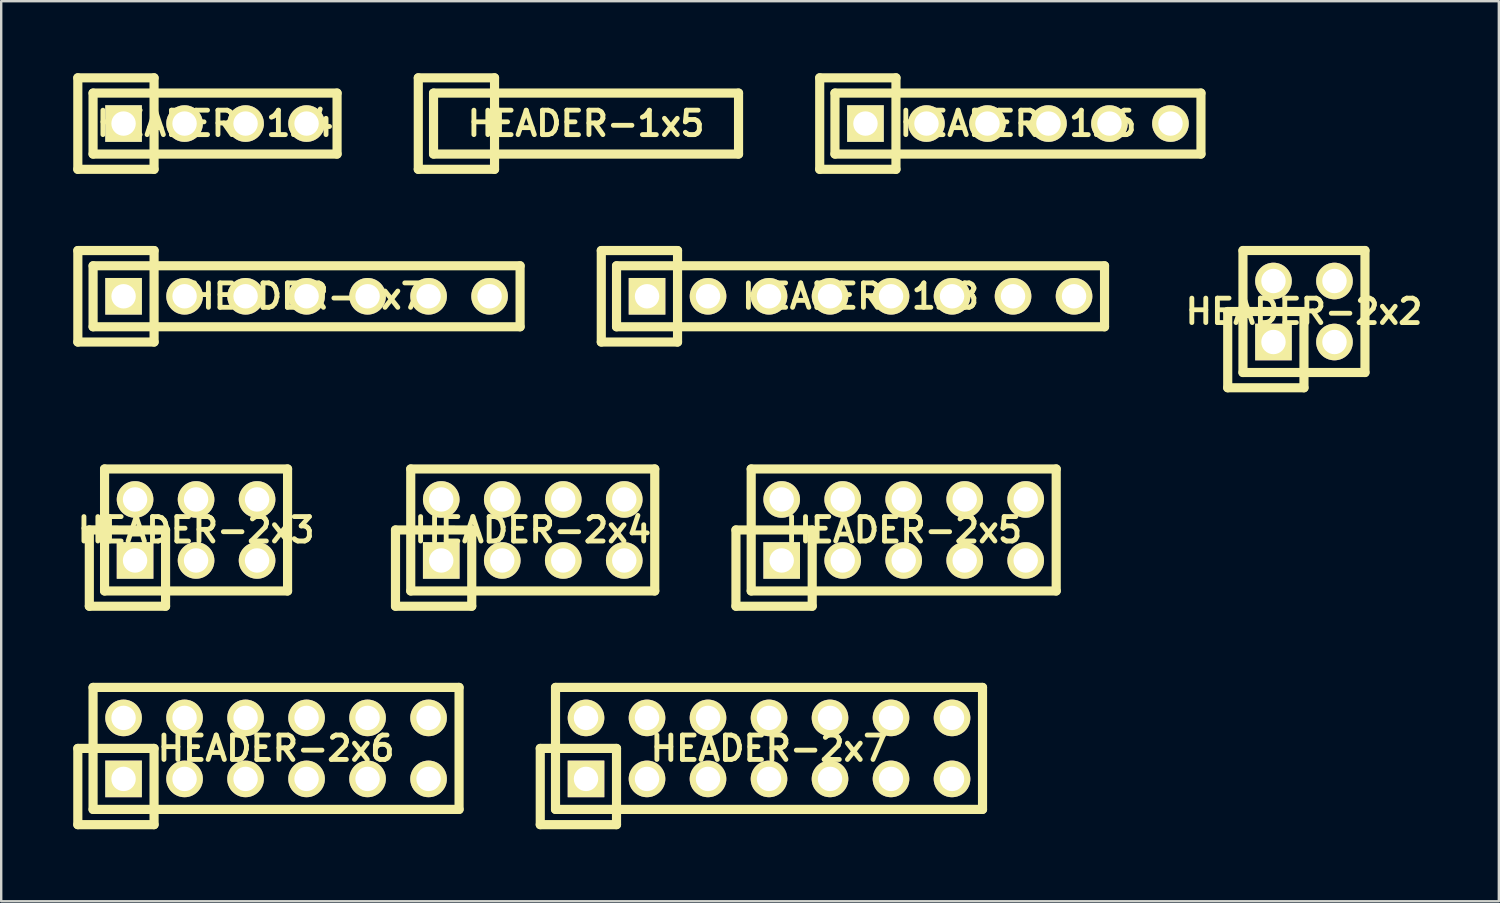
<source format=kicad_pcb>
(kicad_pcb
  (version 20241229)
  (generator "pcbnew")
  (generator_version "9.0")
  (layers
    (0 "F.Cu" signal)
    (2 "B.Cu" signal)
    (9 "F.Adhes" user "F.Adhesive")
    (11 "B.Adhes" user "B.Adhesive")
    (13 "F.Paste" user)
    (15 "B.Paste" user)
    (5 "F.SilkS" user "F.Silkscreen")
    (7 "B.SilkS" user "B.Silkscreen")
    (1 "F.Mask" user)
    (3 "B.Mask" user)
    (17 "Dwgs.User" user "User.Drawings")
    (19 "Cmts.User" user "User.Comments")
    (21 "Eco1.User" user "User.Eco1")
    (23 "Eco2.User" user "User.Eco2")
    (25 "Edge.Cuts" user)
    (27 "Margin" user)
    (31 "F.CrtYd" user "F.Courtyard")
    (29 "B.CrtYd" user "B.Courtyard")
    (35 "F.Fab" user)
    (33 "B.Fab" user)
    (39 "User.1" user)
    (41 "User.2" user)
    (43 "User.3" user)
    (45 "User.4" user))
  (footprint "HEADER-2x2"
    (layer "F.Cu")
    (at 51.246 9.921)
    (property "Reference" "HEADER-2x2" (at 0 0 0) (layer "F.SilkS") (effects (font (size 1.016 1.016) (thickness 0.203))))
    (attr through_hole)
    (fp_line (start -3.175 0) (end -3.175 3.175) (stroke (width 0.381) (type solid)) (layer "F.SilkS"))
    (fp_line (start -3.175 3.175) (end 0 3.175) (stroke (width 0.381) (type solid)) (layer "F.SilkS"))
    (fp_line (start -2.54 -2.54) (end 2.54 -2.54) (stroke (width 0.381) (type solid)) (layer "F.SilkS"))
    (fp_line (start -2.54 2.54) (end -2.54 -2.54) (stroke (width 0.381) (type solid)) (layer "F.SilkS"))
    (fp_line (start 0 0) (end -3.175 0) (stroke (width 0.381) (type solid)) (layer "F.SilkS"))
    (fp_line (start 0 3.175) (end 0 0) (stroke (width 0.381) (type solid)) (layer "F.SilkS"))
    (fp_line (start 2.54 -2.54) (end 2.54 2.54) (stroke (width 0.381) (type solid)) (layer "F.SilkS"))
    (fp_line (start 2.54 2.54) (end -2.54 2.54) (stroke (width 0.381) (type solid)) (layer "F.SilkS"))
    (pad "1" thru_hole rect (at -1.27 1.27) (size 1.524 1.524) (drill 1.016) (layers "*.Cu" "*.Mask" "F.SilkS"))
    (pad "2" thru_hole circle (at -1.27 -1.27) (size 1.524 1.524) (drill 1.016) (layers "*.Cu" "*.Mask" "F.SilkS"))
    (pad "3" thru_hole circle (at 1.27 1.27) (size 1.524 1.524) (drill 1.016) (layers "*.Cu" "*.Mask" "F.SilkS"))
    (pad "4" thru_hole circle (at 1.27 -1.27) (size 1.524 1.524) (drill 1.016) (layers "*.Cu" "*.Mask" "F.SilkS")))
  (footprint "HEADER-2x6"
    (layer "F.Cu")
    (at 8.445 28.113)
    (property "Reference" "HEADER-2x6" (at 0 0 0) (layer "F.SilkS") (effects (font (size 1.016 1.016) (thickness 0.203))))
    (attr through_hole)
    (fp_line (start -8.255 0) (end -8.255 3.175) (stroke (width 0.381) (type solid)) (layer "F.SilkS"))
    (fp_line (start -8.255 3.175) (end -5.08 3.175) (stroke (width 0.381) (type solid)) (layer "F.SilkS"))
    (fp_line (start -7.62 -2.54) (end 7.62 -2.54) (stroke (width 0.381) (type solid)) (layer "F.SilkS"))
    (fp_line (start -7.62 2.54) (end -7.62 -2.54) (stroke (width 0.381) (type solid)) (layer "F.SilkS"))
    (fp_line (start -5.08 0) (end -8.255 0) (stroke (width 0.381) (type solid)) (layer "F.SilkS"))
    (fp_line (start -5.08 3.175) (end -5.08 0) (stroke (width 0.381) (type solid)) (layer "F.SilkS"))
    (fp_line (start 7.62 -2.54) (end 7.62 2.54) (stroke (width 0.381) (type solid)) (layer "F.SilkS"))
    (fp_line (start 7.62 2.54) (end -7.62 2.54) (stroke (width 0.381) (type solid)) (layer "F.SilkS"))
    (pad "1" thru_hole rect (at -6.35 1.27) (size 1.524 1.524) (drill 1.016) (layers "*.Cu" "*.Mask" "F.SilkS"))
    (pad "2" thru_hole circle (at -6.35 -1.27) (size 1.524 1.524) (drill 1.016) (layers "*.Cu" "*.Mask" "F.SilkS"))
    (pad "3" thru_hole circle (at -3.81 1.27) (size 1.524 1.524) (drill 1.016) (layers "*.Cu" "*.Mask" "F.SilkS"))
    (pad "4" thru_hole circle (at -3.81 -1.27) (size 1.524 1.524) (drill 1.016) (layers "*.Cu" "*.Mask" "F.SilkS"))
    (pad "5" thru_hole circle (at -1.27 1.27) (size 1.524 1.524) (drill 1.016) (layers "*.Cu" "*.Mask" "F.SilkS"))
    (pad "6" thru_hole circle (at -1.27 -1.27) (size 1.524 1.524) (drill 1.016) (layers "*.Cu" "*.Mask" "F.SilkS"))
    (pad "7" thru_hole circle (at 1.27 1.27) (size 1.524 1.524) (drill 1.016) (layers "*.Cu" "*.Mask" "F.SilkS"))
    (pad "8" thru_hole circle (at 1.27 -1.27) (size 1.524 1.524) (drill 1.016) (layers "*.Cu" "*.Mask" "F.SilkS"))
    (pad "9" thru_hole circle (at 3.81 1.27) (size 1.524 1.524) (drill 1.016) (layers "*.Cu" "*.Mask" "F.SilkS"))
    (pad "10" thru_hole circle (at 3.81 -1.27) (size 1.524 1.524) (drill 1.016) (layers "*.Cu" "*.Mask" "F.SilkS"))
    (pad "11" thru_hole circle (at 6.35 1.27) (size 1.524 1.524) (drill 1.016) (layers "*.Cu" "*.Mask" "F.SilkS"))
    (pad "12" thru_hole circle (at 6.35 -1.27) (size 1.524 1.524) (drill 1.016) (layers "*.Cu" "*.Mask" "F.SilkS")))
  (footprint "HEADER-1x5"
    (layer "F.Cu")
    (at 21.352 2.095)
    (property "Reference" "HEADER-1x5" (at 0 0 0) (layer "F.SilkS") (effects (font (size 1.016 1.016) (thickness 0.203))))
    (attr through_hole)
    (fp_line (start -6.985 -1.905) (end -6.985 1.905) (stroke (width 0.381) (type solid)) (layer "F.SilkS"))
    (fp_line (start -6.985 1.905) (end -3.81 1.905) (stroke (width 0.381) (type solid)) (layer "F.SilkS"))
    (fp_line (start -6.35 -1.27) (end -6.35 1.27) (stroke (width 0.381) (type solid)) (layer "F.SilkS"))
    (fp_line (start -6.35 -1.27) (end 6.35 -1.27) (stroke (width 0.381) (type solid)) (layer "F.SilkS"))
    (fp_line (start -3.81 -1.905) (end -6.985 -1.905) (stroke (width 0.381) (type solid)) (layer "F.SilkS"))
    (fp_line (start -3.81 1.905) (end -3.81 -1.905) (stroke (width 0.381) (type solid)) (layer "F.SilkS"))
    (fp_line (start 6.35 -1.27) (end 6.35 1.27) (stroke (width 0.381) (type solid)) (layer "F.SilkS"))
    (fp_line (start 6.35 1.27) (end -6.35 1.27) (stroke (width 0.381) (type solid)) (layer "F.SilkS")))
  (footprint "HEADER-2x7"
    (layer "F.Cu")
    (at 28.971 28.113)
    (property "Reference" "HEADER-2x7" (at 0 0 0) (layer "F.SilkS") (effects (font (size 1.016 1.016) (thickness 0.203))))
    (attr through_hole)
    (fp_line (start -9.525 0) (end -9.525 3.175) (stroke (width 0.381) (type solid)) (layer "F.SilkS"))
    (fp_line (start -9.525 3.175) (end -6.35 3.175) (stroke (width 0.381) (type solid)) (layer "F.SilkS"))
    (fp_line (start -8.89 2.54) (end -8.89 -2.54) (stroke (width 0.381) (type solid)) (layer "F.SilkS"))
    (fp_line (start -8.89 2.54) (end 8.89 2.54) (stroke (width 0.381) (type solid)) (layer "F.SilkS"))
    (fp_line (start -6.35 0) (end -9.525 0) (stroke (width 0.381) (type solid)) (layer "F.SilkS"))
    (fp_line (start -6.35 3.175) (end -6.35 0) (stroke (width 0.381) (type solid)) (layer "F.SilkS"))
    (fp_line (start 8.89 -2.54) (end -8.89 -2.54) (stroke (width 0.381) (type solid)) (layer "F.SilkS"))
    (fp_line (start 8.89 2.54) (end 8.89 -2.54) (stroke (width 0.381) (type solid)) (layer "F.SilkS"))
    (pad "1" thru_hole rect (at -7.62 1.27) (size 1.524 1.524) (drill 1.016) (layers "*.Cu" "*.Mask" "F.SilkS"))
    (pad "2" thru_hole circle (at -7.62 -1.27) (size 1.524 1.524) (drill 1.016) (layers "*.Cu" "*.Mask" "F.SilkS"))
    (pad "3" thru_hole circle (at -5.08 1.27) (size 1.524 1.524) (drill 1.016) (layers "*.Cu" "*.Mask" "F.SilkS"))
    (pad "4" thru_hole circle (at -5.08 -1.27) (size 1.524 1.524) (drill 1.016) (layers "*.Cu" "*.Mask" "F.SilkS"))
    (pad "5" thru_hole circle (at -2.54 1.27) (size 1.524 1.524) (drill 1.016) (layers "*.Cu" "*.Mask" "F.SilkS"))
    (pad "6" thru_hole circle (at -2.54 -1.27) (size 1.524 1.524) (drill 1.016) (layers "*.Cu" "*.Mask" "F.SilkS"))
    (pad "7" thru_hole circle (at 0 1.27) (size 1.524 1.524) (drill 1.016) (layers "*.Cu" "*.Mask" "F.SilkS"))
    (pad "8" thru_hole circle (at 0 -1.27) (size 1.524 1.524) (drill 1.016) (layers "*.Cu" "*.Mask" "F.SilkS"))
    (pad "9" thru_hole circle (at 2.54 1.27) (size 1.524 1.524) (drill 1.016) (layers "*.Cu" "*.Mask" "F.SilkS"))
    (pad "10" thru_hole circle (at 2.54 -1.27) (size 1.524 1.524) (drill 1.016) (layers "*.Cu" "*.Mask" "F.SilkS"))
    (pad "11" thru_hole circle (at 5.08 1.27) (size 1.524 1.524) (drill 1.016) (layers "*.Cu" "*.Mask" "F.SilkS"))
    (pad "12" thru_hole circle (at 5.08 -1.27) (size 1.524 1.524) (drill 1.016) (layers "*.Cu" "*.Mask" "F.SilkS"))
    (pad "13" thru_hole circle (at 7.62 1.27) (size 1.524 1.524) (drill 1.016) (layers "*.Cu" "*.Mask" "F.SilkS"))
    (pad "14" thru_hole circle (at 7.62 -1.27) (size 1.524 1.524) (drill 1.016) (layers "*.Cu" "*.Mask" "F.SilkS")))
  (footprint "HEADER-1x8"
    (layer "F.Cu")
    (at 32.782 9.287)
    (property "Reference" "HEADER-1x8" (at 0 0 0) (layer "F.SilkS") (effects (font (size 1.016 1.016) (thickness 0.203))))
    (attr through_hole)
    (fp_line (start -10.795 -1.905) (end -10.795 1.905) (stroke (width 0.381) (type solid)) (layer "F.SilkS"))
    (fp_line (start -10.795 1.905) (end -7.62 1.905) (stroke (width 0.381) (type solid)) (layer "F.SilkS"))
    (fp_line (start -10.16 -1.27) (end -10.16 1.27) (stroke (width 0.381) (type solid)) (layer "F.SilkS"))
    (fp_line (start -10.16 1.27) (end 10.16 1.27) (stroke (width 0.381) (type solid)) (layer "F.SilkS"))
    (fp_line (start -7.62 -1.905) (end -10.795 -1.905) (stroke (width 0.381) (type solid)) (layer "F.SilkS"))
    (fp_line (start -7.62 1.905) (end -7.62 -1.905) (stroke (width 0.381) (type solid)) (layer "F.SilkS"))
    (fp_line (start 10.16 -1.27) (end -10.16 -1.27) (stroke (width 0.381) (type solid)) (layer "F.SilkS"))
    (fp_line (start 10.16 1.27) (end 10.16 -1.27) (stroke (width 0.381) (type solid)) (layer "F.SilkS"))
    (pad "1" thru_hole rect (at -8.89 0) (size 1.524 1.524) (drill 1.016) (layers "*.Cu" "*.Mask" "F.SilkS"))
    (pad "2" thru_hole circle (at -6.35 0) (size 1.524 1.524) (drill 1.016) (layers "*.Cu" "*.Mask" "F.SilkS"))
    (pad "3" thru_hole circle (at -3.81 0) (size 1.524 1.524) (drill 1.016) (layers "*.Cu" "*.Mask" "F.SilkS"))
    (pad "4" thru_hole circle (at -1.27 0) (size 1.524 1.524) (drill 1.016) (layers "*.Cu" "*.Mask" "F.SilkS"))
    (pad "5" thru_hole circle (at 1.27 0) (size 1.524 1.524) (drill 1.016) (layers "*.Cu" "*.Mask" "F.SilkS"))
    (pad "6" thru_hole circle (at 3.81 0) (size 1.524 1.524) (drill 1.016) (layers "*.Cu" "*.Mask" "F.SilkS"))
    (pad "7" thru_hole circle (at 6.35 0) (size 1.524 1.524) (drill 1.016) (layers "*.Cu" "*.Mask" "F.SilkS"))
    (pad "8" thru_hole circle (at 8.89 0) (size 1.524 1.524) (drill 1.016) (layers "*.Cu" "*.Mask" "F.SilkS")))
  (footprint "HEADER-2x5"
    (layer "F.Cu")
    (at 34.579 19.017)
    (property "Reference" "HEADER-2x5" (at 0 0 0) (layer "F.SilkS") (effects (font (size 1.016 1.016) (thickness 0.203))))
    (attr through_hole)
    (fp_line (start -6.985 0) (end -6.985 3.175) (stroke (width 0.381) (type solid)) (layer "F.SilkS"))
    (fp_line (start -6.985 3.175) (end -3.81 3.175) (stroke (width 0.381) (type solid)) (layer "F.SilkS"))
    (fp_line (start -6.35 -2.54) (end 6.35 -2.54) (stroke (width 0.381) (type solid)) (layer "F.SilkS"))
    (fp_line (start -6.35 2.54) (end -6.35 -2.54) (stroke (width 0.381) (type solid)) (layer "F.SilkS"))
    (fp_line (start -3.81 0) (end -6.985 0) (stroke (width 0.381) (type solid)) (layer "F.SilkS"))
    (fp_line (start -3.81 3.175) (end -3.81 0) (stroke (width 0.381) (type solid)) (layer "F.SilkS"))
    (fp_line (start 6.35 -2.54) (end 6.35 2.54) (stroke (width 0.381) (type solid)) (layer "F.SilkS"))
    (fp_line (start 6.35 2.54) (end -6.35 2.54) (stroke (width 0.381) (type solid)) (layer "F.SilkS"))
    (pad "1" thru_hole rect (at -5.08 1.27) (size 1.524 1.524) (drill 1.016) (layers "*.Cu" "*.Mask" "F.SilkS"))
    (pad "2" thru_hole circle (at -5.08 -1.27) (size 1.524 1.524) (drill 1.016) (layers "*.Cu" "*.Mask" "F.SilkS"))
    (pad "3" thru_hole circle (at -2.54 1.27) (size 1.524 1.524) (drill 1.016) (layers "*.Cu" "*.Mask" "F.SilkS"))
    (pad "4" thru_hole circle (at -2.54 -1.27) (size 1.524 1.524) (drill 1.016) (layers "*.Cu" "*.Mask" "F.SilkS"))
    (pad "5" thru_hole circle (at 0 1.27) (size 1.524 1.524) (drill 1.016) (layers "*.Cu" "*.Mask" "F.SilkS"))
    (pad "6" thru_hole circle (at 0 -1.27) (size 1.524 1.524) (drill 1.016) (layers "*.Cu" "*.Mask" "F.SilkS"))
    (pad "7" thru_hole circle (at 2.54 1.27) (size 1.524 1.524) (drill 1.016) (layers "*.Cu" "*.Mask" "F.SilkS"))
    (pad "8" thru_hole circle (at 2.54 -1.27) (size 1.524 1.524) (drill 1.016) (layers "*.Cu" "*.Mask" "F.SilkS"))
    (pad "9" thru_hole circle (at 5.08 1.27) (size 1.524 1.524) (drill 1.016) (layers "*.Cu" "*.Mask" "F.SilkS"))
    (pad "10" thru_hole circle (at 5.08 -1.27) (size 1.524 1.524) (drill 1.016) (layers "*.Cu" "*.Mask" "F.SilkS")))
  (footprint "HEADER-2x3"
    (layer "F.Cu")
    (at 5.114 19.017)
    (property "Reference" "HEADER-2x3" (at 0 0 0) (layer "F.SilkS") (effects (font (size 1.016 1.016) (thickness 0.203))))
    (attr through_hole)
    (fp_line (start -4.445 0) (end -4.445 3.175) (stroke (width 0.381) (type solid)) (layer "F.SilkS"))
    (fp_line (start -4.445 3.175) (end -1.27 3.175) (stroke (width 0.381) (type solid)) (layer "F.SilkS"))
    (fp_line (start -3.81 -2.54) (end 3.81 -2.54) (stroke (width 0.381) (type solid)) (layer "F.SilkS"))
    (fp_line (start -3.81 2.54) (end -3.81 -2.54) (stroke (width 0.381) (type solid)) (layer "F.SilkS"))
    (fp_line (start -1.27 0) (end -4.445 0) (stroke (width 0.381) (type solid)) (layer "F.SilkS"))
    (fp_line (start -1.27 3.175) (end -1.27 0) (stroke (width 0.381) (type solid)) (layer "F.SilkS"))
    (fp_line (start 3.81 -2.54) (end 3.81 2.54) (stroke (width 0.381) (type solid)) (layer "F.SilkS"))
    (fp_line (start 3.81 2.54) (end -3.81 2.54) (stroke (width 0.381) (type solid)) (layer "F.SilkS"))
    (pad "1" thru_hole rect (at -2.54 1.27) (size 1.524 1.524) (drill 1.016) (layers "*.Cu" "*.Mask" "F.SilkS"))
    (pad "2" thru_hole circle (at -2.54 -1.27) (size 1.524 1.524) (drill 1.016) (layers "*.Cu" "*.Mask" "F.SilkS"))
    (pad "3" thru_hole circle (at 0 1.27) (size 1.524 1.524) (drill 1.016) (layers "*.Cu" "*.Mask" "F.SilkS"))
    (pad "4" thru_hole circle (at 0 -1.27) (size 1.524 1.524) (drill 1.016) (layers "*.Cu" "*.Mask" "F.SilkS"))
    (pad "5" thru_hole circle (at 2.54 1.27) (size 1.524 1.524) (drill 1.016) (layers "*.Cu" "*.Mask" "F.SilkS"))
    (pad "6" thru_hole circle (at 2.54 -1.27) (size 1.524 1.524) (drill 1.016) (layers "*.Cu" "*.Mask" "F.SilkS")))
  (footprint "HEADER-1x4"
    (layer "F.Cu")
    (at 5.905 2.095)
    (property "Reference" "HEADER-1x4" (at 0 0 0) (layer "F.SilkS") (effects (font (size 1.016 1.016) (thickness 0.203))))
    (attr through_hole)
    (fp_line (start -5.715 -1.905) (end -5.715 1.905) (stroke (width 0.381) (type solid)) (layer "F.SilkS"))
    (fp_line (start -5.715 1.905) (end -2.54 1.905) (stroke (width 0.381) (type solid)) (layer "F.SilkS"))
    (fp_line (start -5.08 -1.27) (end -5.08 1.27) (stroke (width 0.381) (type solid)) (layer "F.SilkS"))
    (fp_line (start -5.08 -1.27) (end 5.08 -1.27) (stroke (width 0.381) (type solid)) (layer "F.SilkS"))
    (fp_line (start -2.54 -1.905) (end -5.715 -1.905) (stroke (width 0.381) (type solid)) (layer "F.SilkS"))
    (fp_line (start -2.54 1.905) (end -2.54 -1.905) (stroke (width 0.381) (type solid)) (layer "F.SilkS"))
    (fp_line (start 5.08 -1.27) (end 5.08 1.27) (stroke (width 0.381) (type solid)) (layer "F.SilkS"))
    (fp_line (start 5.08 1.27) (end -5.08 1.27) (stroke (width 0.381) (type solid)) (layer "F.SilkS"))
    (pad "1" thru_hole rect (at -3.81 0) (size 1.524 1.524) (drill 1.016) (layers "*.Cu" "*.Mask" "F.SilkS"))
    (pad "2" thru_hole circle (at -1.27 0) (size 1.524 1.524) (drill 1.016) (layers "*.Cu" "*.Mask" "F.SilkS"))
    (pad "3" thru_hole circle (at 1.27 0) (size 1.524 1.524) (drill 1.016) (layers "*.Cu" "*.Mask" "F.SilkS"))
    (pad "4" thru_hole circle (at 3.81 0) (size 1.524 1.524) (drill 1.016) (layers "*.Cu" "*.Mask" "F.SilkS")))
  (footprint "HEADER-1x6"
    (layer "F.Cu")
    (at 39.337 2.095)
    (property "Reference" "HEADER-1x6" (at 0 0 0) (layer "F.SilkS") (effects (font (size 1.016 1.016) (thickness 0.203))))
    (attr through_hole)
    (fp_line (start -8.255 -1.905) (end -8.255 1.905) (stroke (width 0.381) (type solid)) (layer "F.SilkS"))
    (fp_line (start -8.255 1.905) (end -5.08 1.905) (stroke (width 0.381) (type solid)) (layer "F.SilkS"))
    (fp_line (start -7.62 -1.27) (end -7.62 1.27) (stroke (width 0.381) (type solid)) (layer "F.SilkS"))
    (fp_line (start -7.62 -1.27) (end 7.62 -1.27) (stroke (width 0.381) (type solid)) (layer "F.SilkS"))
    (fp_line (start -5.08 -1.905) (end -8.255 -1.905) (stroke (width 0.381) (type solid)) (layer "F.SilkS"))
    (fp_line (start -5.08 1.905) (end -5.08 -1.905) (stroke (width 0.381) (type solid)) (layer "F.SilkS"))
    (fp_line (start 7.62 -1.27) (end 7.62 1.27) (stroke (width 0.381) (type solid)) (layer "F.SilkS"))
    (fp_line (start 7.62 1.27) (end -7.62 1.27) (stroke (width 0.381) (type solid)) (layer "F.SilkS"))
    (pad "1" thru_hole rect (at -6.35 0) (size 1.524 1.524) (drill 1.016) (layers "*.Cu" "*.Mask" "F.SilkS"))
    (pad "2" thru_hole circle (at -3.81 0) (size 1.524 1.524) (drill 1.016) (layers "*.Cu" "*.Mask" "F.SilkS"))
    (pad "3" thru_hole circle (at -1.27 0) (size 1.524 1.524) (drill 1.016) (layers "*.Cu" "*.Mask" "F.SilkS"))
    (pad "4" thru_hole circle (at 1.27 0) (size 1.524 1.524) (drill 1.016) (layers "*.Cu" "*.Mask" "F.SilkS"))
    (pad "5" thru_hole circle (at 3.81 0) (size 1.524 1.524) (drill 1.016) (layers "*.Cu" "*.Mask" "F.SilkS"))
    (pad "6" thru_hole circle (at 6.35 0) (size 1.524 1.524) (drill 1.016) (layers "*.Cu" "*.Mask" "F.SilkS")))
  (footprint "HEADER-1x7"
    (layer "F.Cu")
    (at 9.716 9.287)
    (property "Reference" "HEADER-1x7" (at 0 0 0) (layer "F.SilkS") (effects (font (size 1.016 1.016) (thickness 0.203))))
    (attr through_hole)
    (fp_line (start -9.525 -1.905) (end -9.525 1.905) (stroke (width 0.381) (type solid)) (layer "F.SilkS"))
    (fp_line (start -9.525 1.905) (end -6.35 1.905) (stroke (width 0.381) (type solid)) (layer "F.SilkS"))
    (fp_line (start -8.89 -1.27) (end -8.89 1.27) (stroke (width 0.381) (type solid)) (layer "F.SilkS"))
    (fp_line (start -8.89 -1.27) (end 8.89 -1.27) (stroke (width 0.381) (type solid)) (layer "F.SilkS"))
    (fp_line (start -6.35 -1.905) (end -9.525 -1.905) (stroke (width 0.381) (type solid)) (layer "F.SilkS"))
    (fp_line (start -6.35 1.905) (end -6.35 -1.905) (stroke (width 0.381) (type solid)) (layer "F.SilkS"))
    (fp_line (start 8.89 -1.27) (end 8.89 1.27) (stroke (width 0.381) (type solid)) (layer "F.SilkS"))
    (fp_line (start 8.89 1.27) (end -8.89 1.27) (stroke (width 0.381) (type solid)) (layer "F.SilkS"))
    (pad "1" thru_hole rect (at -7.62 0) (size 1.524 1.524) (drill 1.016) (layers "*.Cu" "*.Mask" "F.SilkS"))
    (pad "2" thru_hole circle (at -5.08 0) (size 1.524 1.524) (drill 1.016) (layers "*.Cu" "*.Mask" "F.SilkS"))
    (pad "3" thru_hole circle (at -2.54 0) (size 1.524 1.524) (drill 1.016) (layers "*.Cu" "*.Mask" "F.SilkS"))
    (pad "4" thru_hole circle (at 0 0) (size 1.524 1.524) (drill 1.016) (layers "*.Cu" "*.Mask" "F.SilkS"))
    (pad "5" thru_hole circle (at 2.54 0) (size 1.524 1.524) (drill 1.016) (layers "*.Cu" "*.Mask" "F.SilkS"))
    (pad "6" thru_hole circle (at 5.08 0) (size 1.524 1.524) (drill 1.016) (layers "*.Cu" "*.Mask" "F.SilkS"))
    (pad "7" thru_hole circle (at 7.62 0) (size 1.524 1.524) (drill 1.016) (layers "*.Cu" "*.Mask" "F.SilkS")))
  (footprint "HEADER-2x4"
    (layer "F.Cu")
    (at 19.133 19.017)
    (property "Reference" "HEADER-2x4" (at 0 0 0) (layer "F.SilkS") (effects (font (size 1.016 1.016) (thickness 0.203))))
    (attr through_hole)
    (fp_line (start -5.715 0) (end -5.715 3.175) (stroke (width 0.381) (type solid)) (layer "F.SilkS"))
    (fp_line (start -5.715 3.175) (end -2.54 3.175) (stroke (width 0.381) (type solid)) (layer "F.SilkS"))
    (fp_line (start -5.08 -2.54) (end 5.08 -2.54) (stroke (width 0.381) (type solid)) (layer "F.SilkS"))
    (fp_line (start -5.08 2.54) (end -5.08 -2.54) (stroke (width 0.381) (type solid)) (layer "F.SilkS"))
    (fp_line (start -2.54 0) (end -5.715 0) (stroke (width 0.381) (type solid)) (layer "F.SilkS"))
    (fp_line (start -2.54 3.175) (end -2.54 0) (stroke (width 0.381) (type solid)) (layer "F.SilkS"))
    (fp_line (start 5.08 -2.54) (end 5.08 2.54) (stroke (width 0.381) (type solid)) (layer "F.SilkS"))
    (fp_line (start 5.08 2.54) (end -5.08 2.54) (stroke (width 0.381) (type solid)) (layer "F.SilkS"))
    (pad "1" thru_hole rect (at -3.81 1.27) (size 1.524 1.524) (drill 1.016) (layers "*.Cu" "*.Mask" "F.SilkS"))
    (pad "2" thru_hole circle (at -3.81 -1.27) (size 1.524 1.524) (drill 1.016) (layers "*.Cu" "*.Mask" "F.SilkS"))
    (pad "3" thru_hole circle (at -1.27 1.27) (size 1.524 1.524) (drill 1.016) (layers "*.Cu" "*.Mask" "F.SilkS"))
    (pad "4" thru_hole circle (at -1.27 -1.27) (size 1.524 1.524) (drill 1.016) (layers "*.Cu" "*.Mask" "F.SilkS"))
    (pad "5" thru_hole circle (at 1.27 1.27) (size 1.524 1.524) (drill 1.016) (layers "*.Cu" "*.Mask" "F.SilkS"))
    (pad "6" thru_hole circle (at 1.27 -1.27) (size 1.524 1.524) (drill 1.016) (layers "*.Cu" "*.Mask" "F.SilkS"))
    (pad "7" thru_hole circle (at 3.81 1.27) (size 1.524 1.524) (drill 1.016) (layers "*.Cu" "*.Mask" "F.SilkS"))
    (pad "8" thru_hole circle (at 3.81 -1.27) (size 1.524 1.524) (drill 1.016) (layers "*.Cu" "*.Mask" "F.SilkS")))
  (gr_rect
    (start -3 -3)
    (end 59.36 34.479)
    (stroke (width 0.1) (type default))
    (fill no)
    (layer "Edge.Cuts")))
</source>
